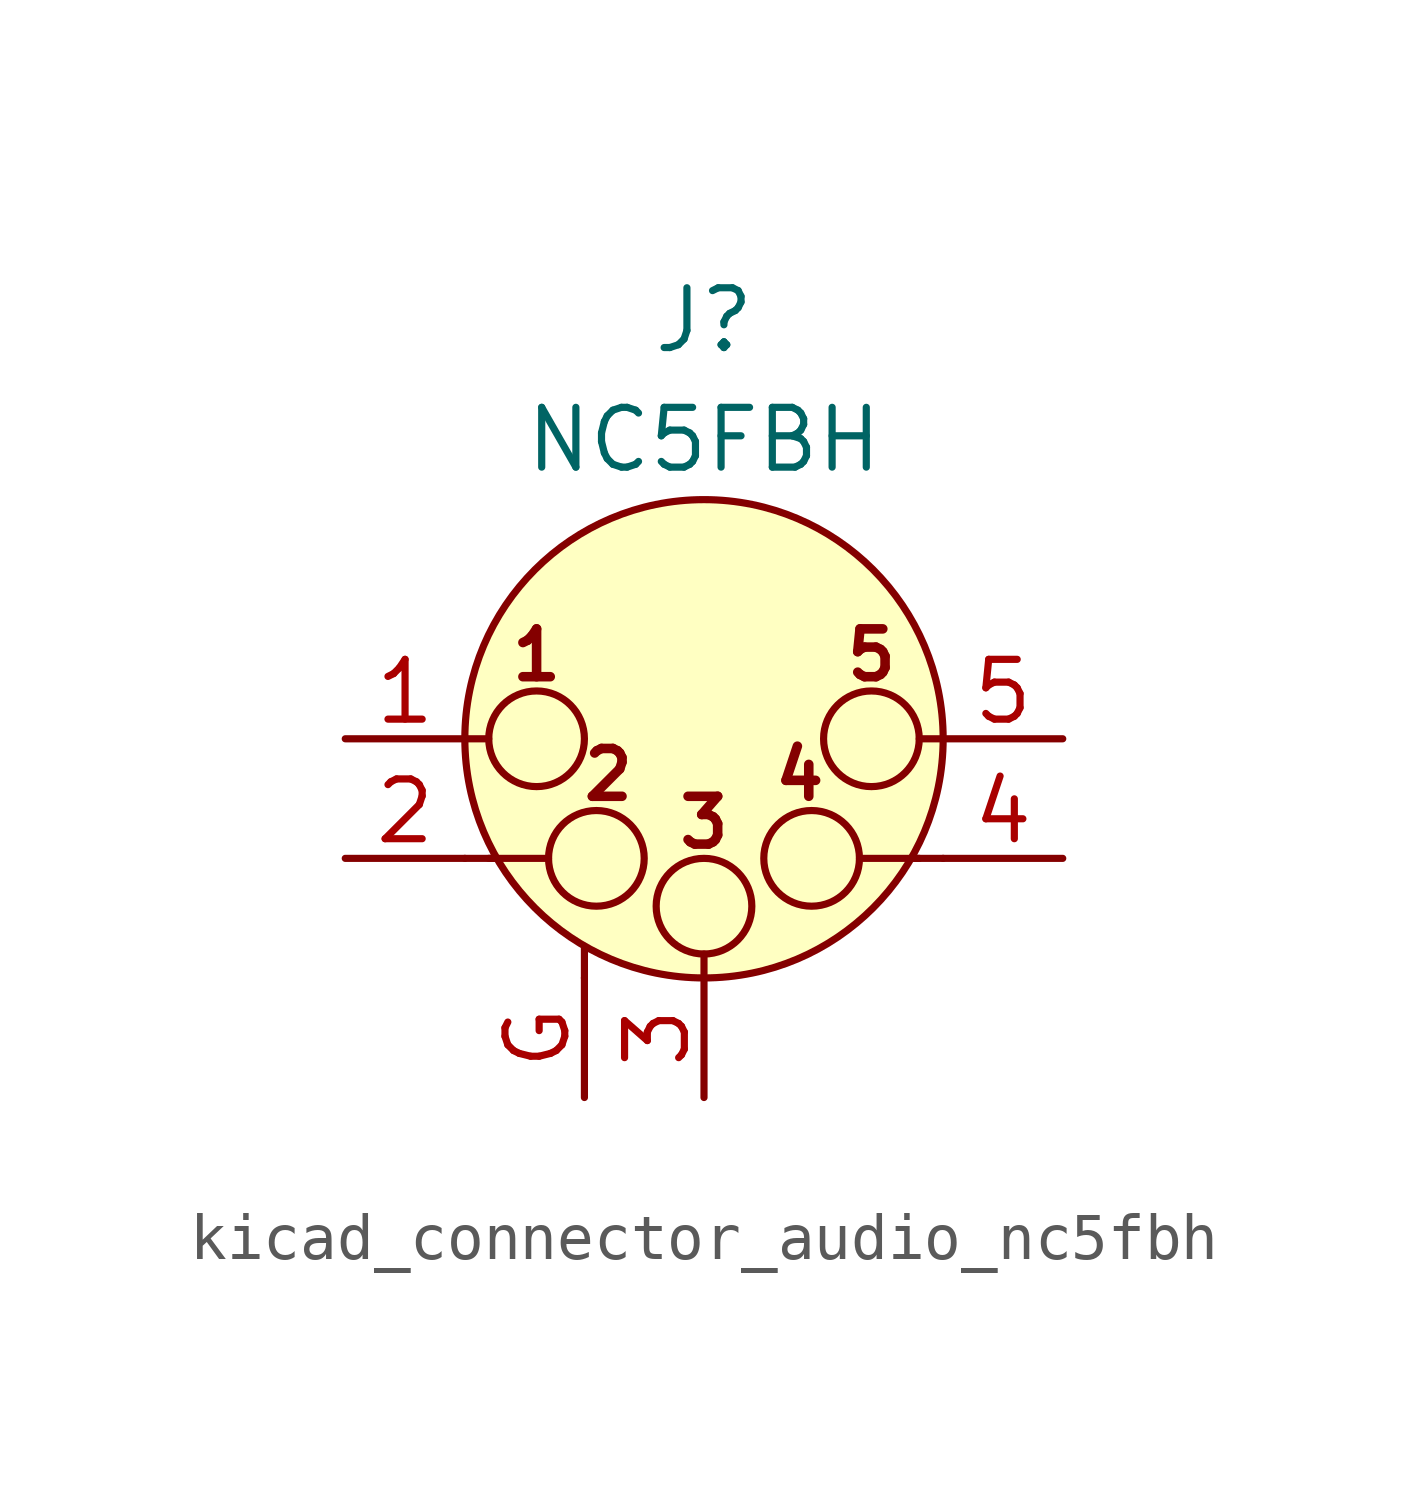
<source format=kicad_sym>
(kicad_symbol_lib
  (version 20220914)
  (generator kicad_symbol_editor)
  (symbol "kicad_connector_audio_nc5fbh"
    (pin_names hide)
    (property "Reference" "J"
      (at 0 8.89 0)
      (effects (font (size 1.27 1.27))))
    (property "Value" "NC5FBH"
      (at 0 6.35 0)
      (effects (font (size 1.27 1.27))))
    (symbol "kicad_connector_audio_nc5fbh_0_1"
      (circle (center -3.556 0) (radius 1.016) (stroke (width 0) (type default)) (fill (type none)))
      (circle (center -2.286 -2.54) (radius 1.016) (stroke (width 0) (type default)) (fill (type none)))
      (circle (center 0 -3.556) (radius 1.016) (stroke (width 0) (type default)) (fill (type none)))
      (polyline (pts (xy -5.08 -2.54) (xy -4.445 -2.54)) (stroke (width 0) (type default)) (fill (type none)))
      (polyline (pts (xy -5.08 0) (xy -4.572 0)) (stroke (width 0) (type default)) (fill (type none)))
      (polyline (pts (xy -4.572 -2.54) (xy -3.302 -2.54)) (stroke (width 0) (type default)) (fill (type none)))
      (polyline (pts (xy -2.54 -5.08) (xy -2.54 -4.445)) (stroke (width 0) (type default)) (fill (type none)))
      (polyline (pts (xy 0 -5.08) (xy 0 -4.572)) (stroke (width 0) (type default)) (fill (type none)))
      (polyline (pts (xy 4.572 -2.54) (xy 3.302 -2.54)) (stroke (width 0) (type default)) (fill (type none)))
      (polyline (pts (xy 5.08 -2.54) (xy 4.445 -2.54)) (stroke (width 0) (type default)) (fill (type none)))
      (polyline (pts (xy 5.08 0) (xy 4.572 0)) (stroke (width 0) (type default)) (fill (type none)))
      (circle (center 0 0) (radius 5.08) (stroke (width 0) (type default)) (fill (type background)))
      (circle (center 2.286 -2.54) (radius 1.016) (stroke (width 0) (type default)) (fill (type none)))
      (circle (center 3.556 0) (radius 1.016) (stroke (width 0) (type default)) (fill (type none)))
      (text "1" (at -3.556 1.778 0) (effects (font (size 1.016 1.016) bold)))
      (text "2" (at -2.032 -0.762 0) (effects (font (size 1.016 1.016) bold)))
      (text "3" (at 0 -1.778 0) (effects (font (size 1.016 1.016) bold)))
      (text "4" (at 2.032 -0.762 0) (effects (font (size 1.016 1.016) bold)))
      (text "5" (at 3.556 1.778 0) (effects (font (size 1.016 1.016) bold))))
    (symbol "kicad_connector_audio_nc5fbh_1_1"
      (pin passive line (at -7.62 0 0) (length 2.54) (name "P1" (effects (font (size 1.27 1.27)))) (number "1" (effects (font (size 1.27 1.27)))))
      (pin passive line (at -7.62 -2.54 0) (length 2.54) (name "P2" (effects (font (size 1.27 1.27)))) (number "2" (effects (font (size 1.27 1.27)))))
      (pin passive line (at 0 -7.62 90) (length 2.54) (name "P3" (effects (font (size 1.27 1.27)))) (number "3" (effects (font (size 1.27 1.27)))))
      (pin passive line (at 7.62 -2.54 180) (length 2.54) (name "P3" (effects (font (size 1.27 1.27)))) (number "4" (effects (font (size 1.27 1.27)))))
      (pin passive line (at 7.62 0 180) (length 2.54) (name "P5" (effects (font (size 1.27 1.27)))) (number "5" (effects (font (size 1.27 1.27)))))
      (pin passive line (at -2.54 -7.62 90) (length 2.54) (name "~" (effects (font (size 1.27 1.27)))) (number "G" (effects (font (size 1.27 1.27))))))))
</source>
